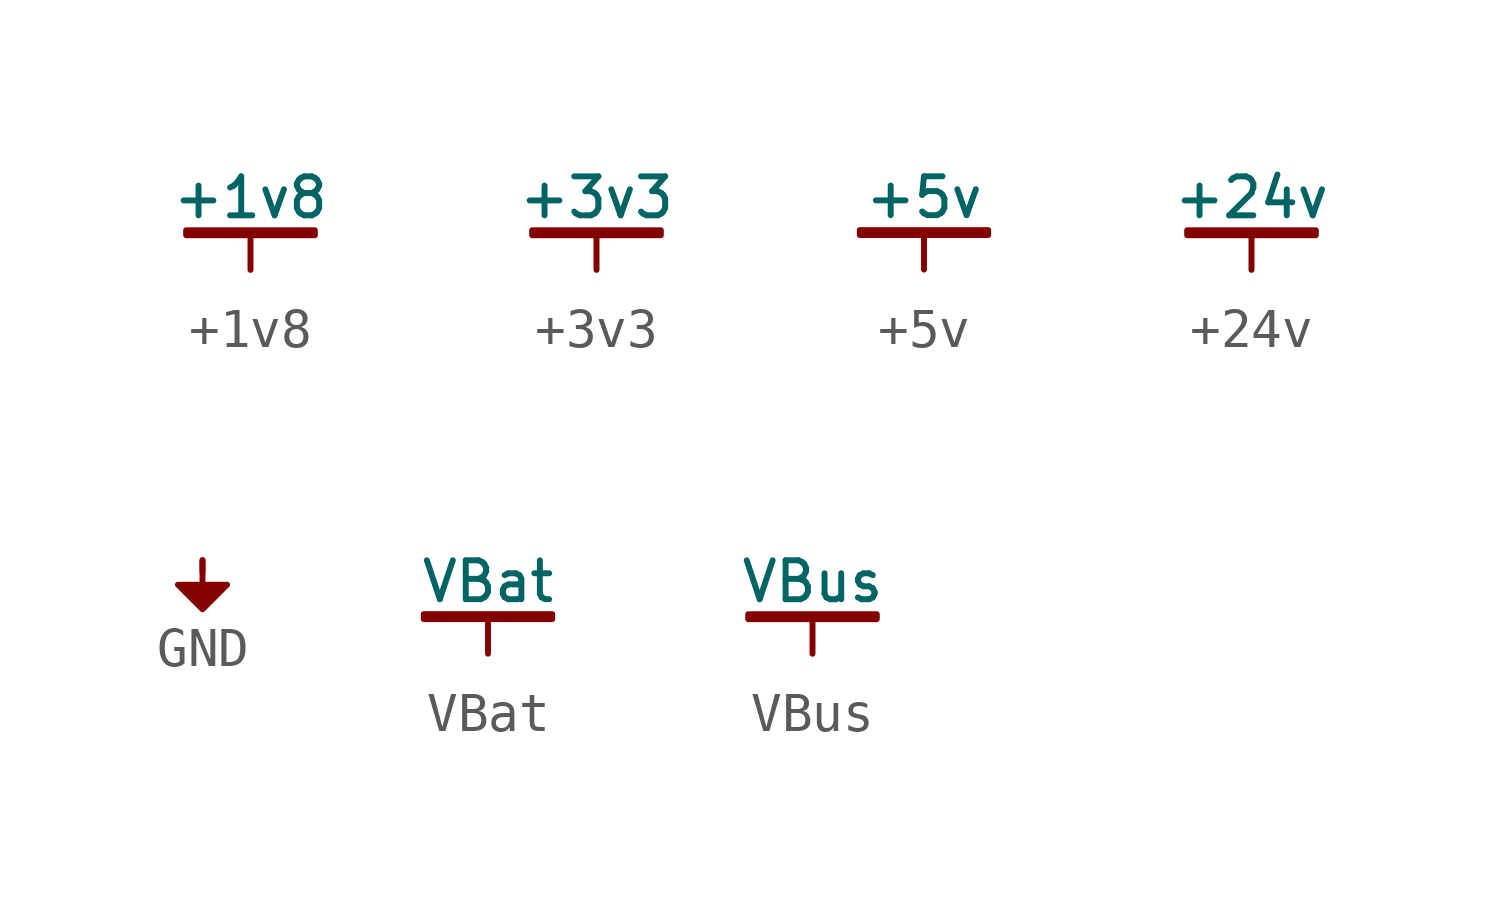
<source format=kicad_sym>
(kicad_symbol_lib
  (version 20241209)
  (generator "kicad_symbol_editor")
  (generator_version "9.0")
  (symbol "+1v8"
    (power)
    (pin_names
      (offset 0))
    (property "Reference" "#PWR"
      (at 0 -3.81 0)
      (effects (font (size 1 1)) (hide yes)))
    (property "Value" "+1v8"
      (at 0 1.27 0)
      (do_not_autoplace)
      (effects (font (size 1 1)) (justify bottom)))
    (symbol "+1v8_0_1"
      (rectangle (start -1.651 1.016) (end 1.651 0.889) (stroke (width 0) (type default)) (fill (type none)))
      (polyline (pts (xy 0 0) (xy 0 0.889)) (stroke (width 0) (type default)) (fill (type none))))
    (symbol "+1v8_1_1"
      (pin power_in line (at 0 0 90) (length 0) (hide yes) (name "+3v3" (effects (font (size 1 1)))) (number "1" (effects (font (size 1 1)))))))
  (symbol "+3v3"
    (power)
    (pin_names
      (offset 0))
    (property "Reference" "#PWR"
      (at 0 -3.81 0)
      (effects (font (size 1 1)) (hide yes)))
    (property "Value" "+3v3"
      (at 0 1.27 0)
      (do_not_autoplace)
      (effects (font (size 1 1)) (justify bottom)))
    (symbol "+3v3_0_1"
      (rectangle (start -1.651 1.016) (end 1.651 0.889) (stroke (width 0) (type default)) (fill (type none)))
      (polyline (pts (xy 0 0) (xy 0 0.889)) (stroke (width 0) (type default)) (fill (type none))))
    (symbol "+3v3_1_1"
      (pin power_in line (at 0 0 90) (length 0) (hide yes) (name "+3v3" (effects (font (size 1 1)))) (number "1" (effects (font (size 1 1)))))))
  (symbol "+5v"
    (power)
    (pin_names
      (offset 0))
    (property "Reference" "#PWR"
      (at 0 -3.81 0)
      (effects (font (size 1 1)) (hide yes)))
    (property "Value" "+5v"
      (at 0 1.27 0)
      (do_not_autoplace)
      (effects (font (size 1 1)) (justify bottom)))
    (symbol "+5v_0_1"
      (rectangle (start -1.651 1.016) (end 1.651 0.889) (stroke (width 0) (type default)) (fill (type none)))
      (polyline (pts (xy 0 0) (xy 0 0.889)) (stroke (width 0) (type default)) (fill (type none))))
    (symbol "+5v_1_1"
      (pin power_in line (at 0 0 90) (length 0) (hide yes) (name "+5v" (effects (font (size 1 1)))) (number "1" (effects (font (size 1 1)))))))
  (symbol "+24v"
    (power)
    (pin_names
      (offset 0))
    (property "Reference" "#PWR"
      (at 0 -3.81 0)
      (effects (font (size 1 1)) (hide yes)))
    (property "Value" "+24v"
      (at 0 1.27 0)
      (do_not_autoplace)
      (effects (font (size 1 1)) (justify bottom)))
    (symbol "+24v_0_1"
      (rectangle (start -1.651 1.016) (end 1.651 0.889) (stroke (width 0) (type default)) (fill (type none)))
      (polyline (pts (xy 0 0) (xy 0 0.889)) (stroke (width 0) (type default)) (fill (type none))))
    (symbol "+24v_1_1"
      (pin power_in line (at 0 0 90) (length 0) (hide yes) (name "+24v" (effects (font (size 1 1)))) (number "1" (effects (font (size 1 1)))))))
  (symbol "GND"
    (power)
    (pin_names
      (offset 0))
    (property "Reference" "#PWR"
      (at 0 -6.35 0)
      (effects (font (size 1 1)) (hide yes)))
    (symbol "GND_0_1"
      (polyline (pts (xy 0 0) (xy 0 -0.305)) (stroke (width 0) (type default)) (fill (type none)))
      (polyline (pts (xy 0 0) (xy 0 -0.635)) (stroke (width 0) (type default)) (fill (type none))))
    (symbol "GND_1_1"
      (polyline (pts (xy -0.635 -0.635) (xy 0 -1.27) (xy 0.635 -0.635) (xy -0.635 -0.635)) (stroke (width 0) (type default)) (fill (type outline)))
      (pin power_in line (at 0 0 270) (length 0) (hide yes) (name "GND" (effects (font (size 1 1)))) (number "1" (effects (font (size 1 1)))))))
  (symbol "VBat"
    (power)
    (pin_names
      (offset 0))
    (property "Reference" "#PWR"
      (at 0 -3.81 0)
      (effects (font (size 1 1)) (hide yes)))
    (property "Value" "VBat"
      (at 0 1.27 0)
      (do_not_autoplace)
      (effects (font (size 1 1)) (justify bottom)))
    (symbol "VBat_0_1"
      (rectangle (start -1.651 1.016) (end 1.651 0.889) (stroke (width 0) (type default)) (fill (type none)))
      (polyline (pts (xy 0 0) (xy 0 0.889)) (stroke (width 0) (type default)) (fill (type none))))
    (symbol "VBat_1_1"
      (pin power_in line (at 0 0 90) (length 0) (hide yes) (name "VBus" (effects (font (size 1 1)))) (number "1" (effects (font (size 1 1)))))))
  (symbol "VBus"
    (power)
    (pin_names
      (offset 0))
    (property "Reference" "#PWR"
      (at 0 -3.81 0)
      (effects (font (size 1 1)) (hide yes)))
    (property "Value" "VBus"
      (at 0 1.27 0)
      (do_not_autoplace)
      (effects (font (size 1 1)) (justify bottom)))
    (symbol "VBus_0_1"
      (rectangle (start -1.651 1.016) (end 1.651 0.889) (stroke (width 0) (type default)) (fill (type none)))
      (polyline (pts (xy 0 0) (xy 0 0.889)) (stroke (width 0) (type default)) (fill (type none))))
    (symbol "VBus_1_1"
      (pin power_in line (at 0 0 90) (length 0) (hide yes) (name "VBus" (effects (font (size 1 1)))) (number "1" (effects (font (size 1 1))))))))
</source>
